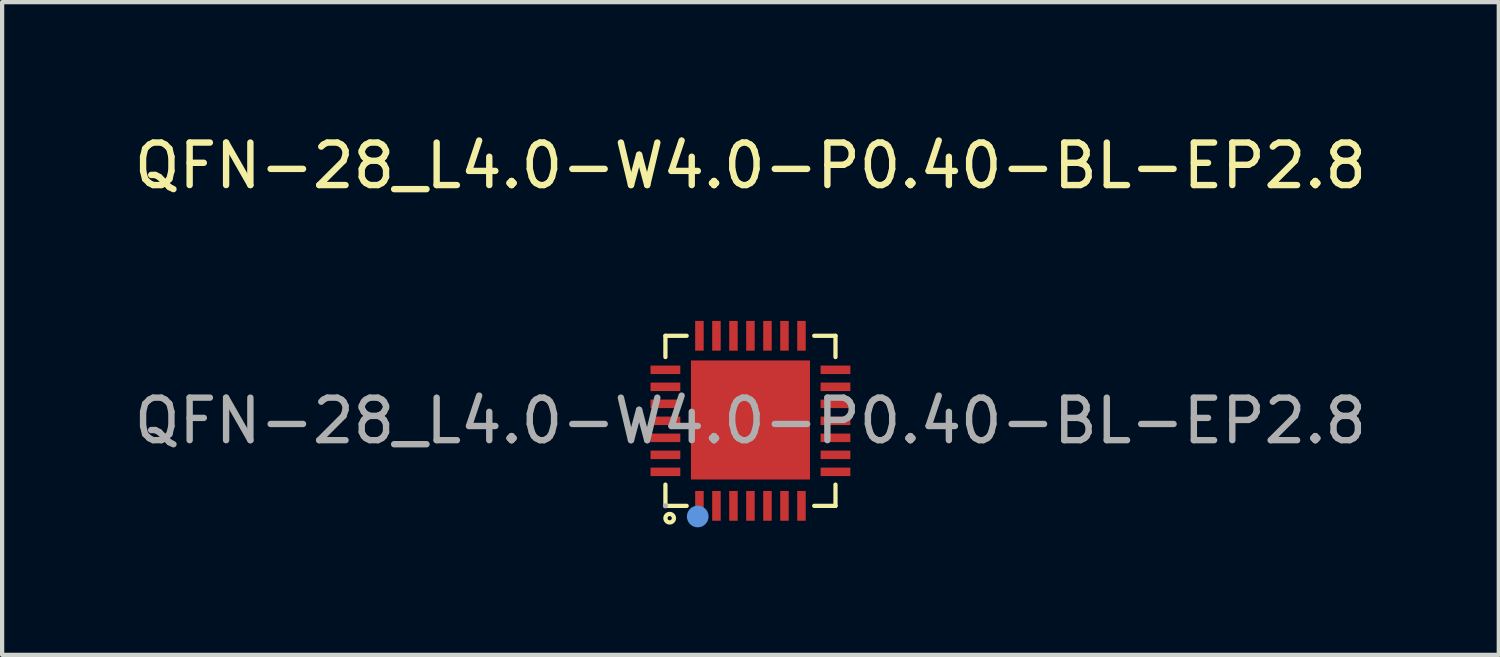
<source format=kicad_pcb>
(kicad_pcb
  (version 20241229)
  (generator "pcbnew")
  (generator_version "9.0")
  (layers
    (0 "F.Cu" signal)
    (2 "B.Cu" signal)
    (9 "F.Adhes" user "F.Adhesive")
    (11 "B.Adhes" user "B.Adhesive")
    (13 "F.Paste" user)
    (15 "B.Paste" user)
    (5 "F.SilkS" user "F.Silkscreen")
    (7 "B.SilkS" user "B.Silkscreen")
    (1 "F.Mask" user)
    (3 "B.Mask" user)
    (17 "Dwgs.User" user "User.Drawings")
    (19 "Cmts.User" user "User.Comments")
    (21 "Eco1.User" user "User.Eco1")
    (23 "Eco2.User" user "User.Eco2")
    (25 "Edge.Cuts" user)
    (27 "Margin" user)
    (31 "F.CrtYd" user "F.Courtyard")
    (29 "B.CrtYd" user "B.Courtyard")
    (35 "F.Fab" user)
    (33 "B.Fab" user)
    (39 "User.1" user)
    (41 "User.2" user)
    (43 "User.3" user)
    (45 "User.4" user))
  (footprint "QFN-28_L4.0-W4.0-P0.40-BL-EP2.8"
    (layer "F.Cu")
    (at 14.601 6.848)
    (property "Reference" "QFN-28_L4.0-W4.0-P0.40-BL-EP2.8" (at 0 -6 0) (layer "F.SilkS") (effects (font (size 1 1) (thickness 0.15))))
    (attr smd)
    (fp_line (start -2 -2) (end -1.5 -2) (stroke (width 0.1) (type solid)) (layer "F.SilkS"))
    (fp_line (start -2 -1.5) (end -2 -2) (stroke (width 0.1) (type solid)) (layer "F.SilkS"))
    (fp_line (start -2 2) (end -2 1.5) (stroke (width 0.1) (type solid)) (layer "F.SilkS"))
    (fp_line (start -1.5 2) (end -2 2) (stroke (width 0.1) (type solid)) (layer "F.SilkS"))
    (fp_line (start 1.5 -2) (end 2 -2) (stroke (width 0.1) (type solid)) (layer "F.SilkS"))
    (fp_line (start 2 -2) (end 2 -1.5) (stroke (width 0.1) (type solid)) (layer "F.SilkS"))
    (fp_line (start 2 1.5) (end 2 2) (stroke (width 0.1) (type solid)) (layer "F.SilkS"))
    (fp_line (start 2 2) (end 1.5 2) (stroke (width 0.1) (type solid)) (layer "F.SilkS"))
    (fp_circle (center -1.9 2.29) (end -1.8 2.29) (stroke (width 0.1) (type solid)) (fill no) (layer "F.SilkS"))
    (fp_circle (center -1.24 2.25) (end -1.11 2.25) (stroke (width 0.25) (type solid)) (fill no) (layer "Cmts.User"))
    (fp_circle (center -2 2) (end -1.97 2) (stroke (width 0.06) (type solid)) (fill no) (layer "F.Fab"))
    (fp_text user "${REFERENCE}" (at 0 0 0) (layer "F.Fab") (effects (font (size 1 1) (thickness 0.15))))
    (pad "1" smd rect (at -1.2 2) (size 0.2 0.7) (layers "F.Cu" "F.Mask" "F.Paste"))
    (pad "2" smd rect (at -0.8 2) (size 0.2 0.7) (layers "F.Cu" "F.Mask" "F.Paste"))
    (pad "3" smd rect (at -0.4 2) (size 0.2 0.7) (layers "F.Cu" "F.Mask" "F.Paste"))
    (pad "4" smd rect (at 0 2) (size 0.2 0.7) (layers "F.Cu" "F.Mask" "F.Paste"))
    (pad "5" smd rect (at 0.4 2) (size 0.2 0.7) (layers "F.Cu" "F.Mask" "F.Paste"))
    (pad "6" smd rect (at 0.8 2) (size 0.2 0.7) (layers "F.Cu" "F.Mask" "F.Paste"))
    (pad "7" smd rect (at 1.2 2) (size 0.2 0.7) (layers "F.Cu" "F.Mask" "F.Paste"))
    (pad "8" smd rect (at 2 1.2) (size 0.7 0.2) (layers "F.Cu" "F.Mask" "F.Paste"))
    (pad "9" smd rect (at 2 0.8) (size 0.7 0.2) (layers "F.Cu" "F.Mask" "F.Paste"))
    (pad "10" smd rect (at 2 0.4) (size 0.7 0.2) (layers "F.Cu" "F.Mask" "F.Paste"))
    (pad "11" smd rect (at 2 0) (size 0.7 0.2) (layers "F.Cu" "F.Mask" "F.Paste"))
    (pad "12" smd rect (at 2 -0.4) (size 0.7 0.2) (layers "F.Cu" "F.Mask" "F.Paste"))
    (pad "13" smd rect (at 2 -0.8) (size 0.7 0.2) (layers "F.Cu" "F.Mask" "F.Paste"))
    (pad "14" smd rect (at 2 -1.2) (size 0.7 0.2) (layers "F.Cu" "F.Mask" "F.Paste"))
    (pad "15" smd rect (at 1.2 -2) (size 0.2 0.7) (layers "F.Cu" "F.Mask" "F.Paste"))
    (pad "16" smd rect (at 0.8 -2) (size 0.2 0.7) (layers "F.Cu" "F.Mask" "F.Paste"))
    (pad "17" smd rect (at 0.4 -2) (size 0.2 0.7) (layers "F.Cu" "F.Mask" "F.Paste"))
    (pad "18" smd rect (at 0 -2) (size 0.2 0.7) (layers "F.Cu" "F.Mask" "F.Paste"))
    (pad "19" smd rect (at -0.4 -2) (size 0.2 0.7) (layers "F.Cu" "F.Mask" "F.Paste"))
    (pad "20" smd rect (at -0.8 -2) (size 0.2 0.7) (layers "F.Cu" "F.Mask" "F.Paste"))
    (pad "21" smd rect (at -1.2 -2) (size 0.2 0.7) (layers "F.Cu" "F.Mask" "F.Paste"))
    (pad "22" smd rect (at -2 -1.2) (size 0.7 0.2) (layers "F.Cu" "F.Mask" "F.Paste"))
    (pad "23" smd rect (at -2 -0.8) (size 0.7 0.2) (layers "F.Cu" "F.Mask" "F.Paste"))
    (pad "24" smd rect (at -2 -0.4) (size 0.7 0.2) (layers "F.Cu" "F.Mask" "F.Paste"))
    (pad "25" smd rect (at -2 0) (size 0.7 0.2) (layers "F.Cu" "F.Mask" "F.Paste"))
    (pad "26" smd rect (at -2 0.4) (size 0.7 0.2) (layers "F.Cu" "F.Mask" "F.Paste"))
    (pad "27" smd rect (at -2 0.8) (size 0.7 0.2) (layers "F.Cu" "F.Mask" "F.Paste"))
    (pad "28" smd rect (at -2 1.2) (size 0.7 0.2) (layers "F.Cu" "F.Mask" "F.Paste"))
    (pad "29" smd rect (at 0 -0.02) (size 2.8 2.8) (layers "F.Cu" "F.Mask" "F.Paste")))
  (gr_rect
    (start -3 -3)
    (end 32.202 12.353)
    (stroke (width 0.1) (type default))
    (fill no)
    (layer "Edge.Cuts")))
</source>
